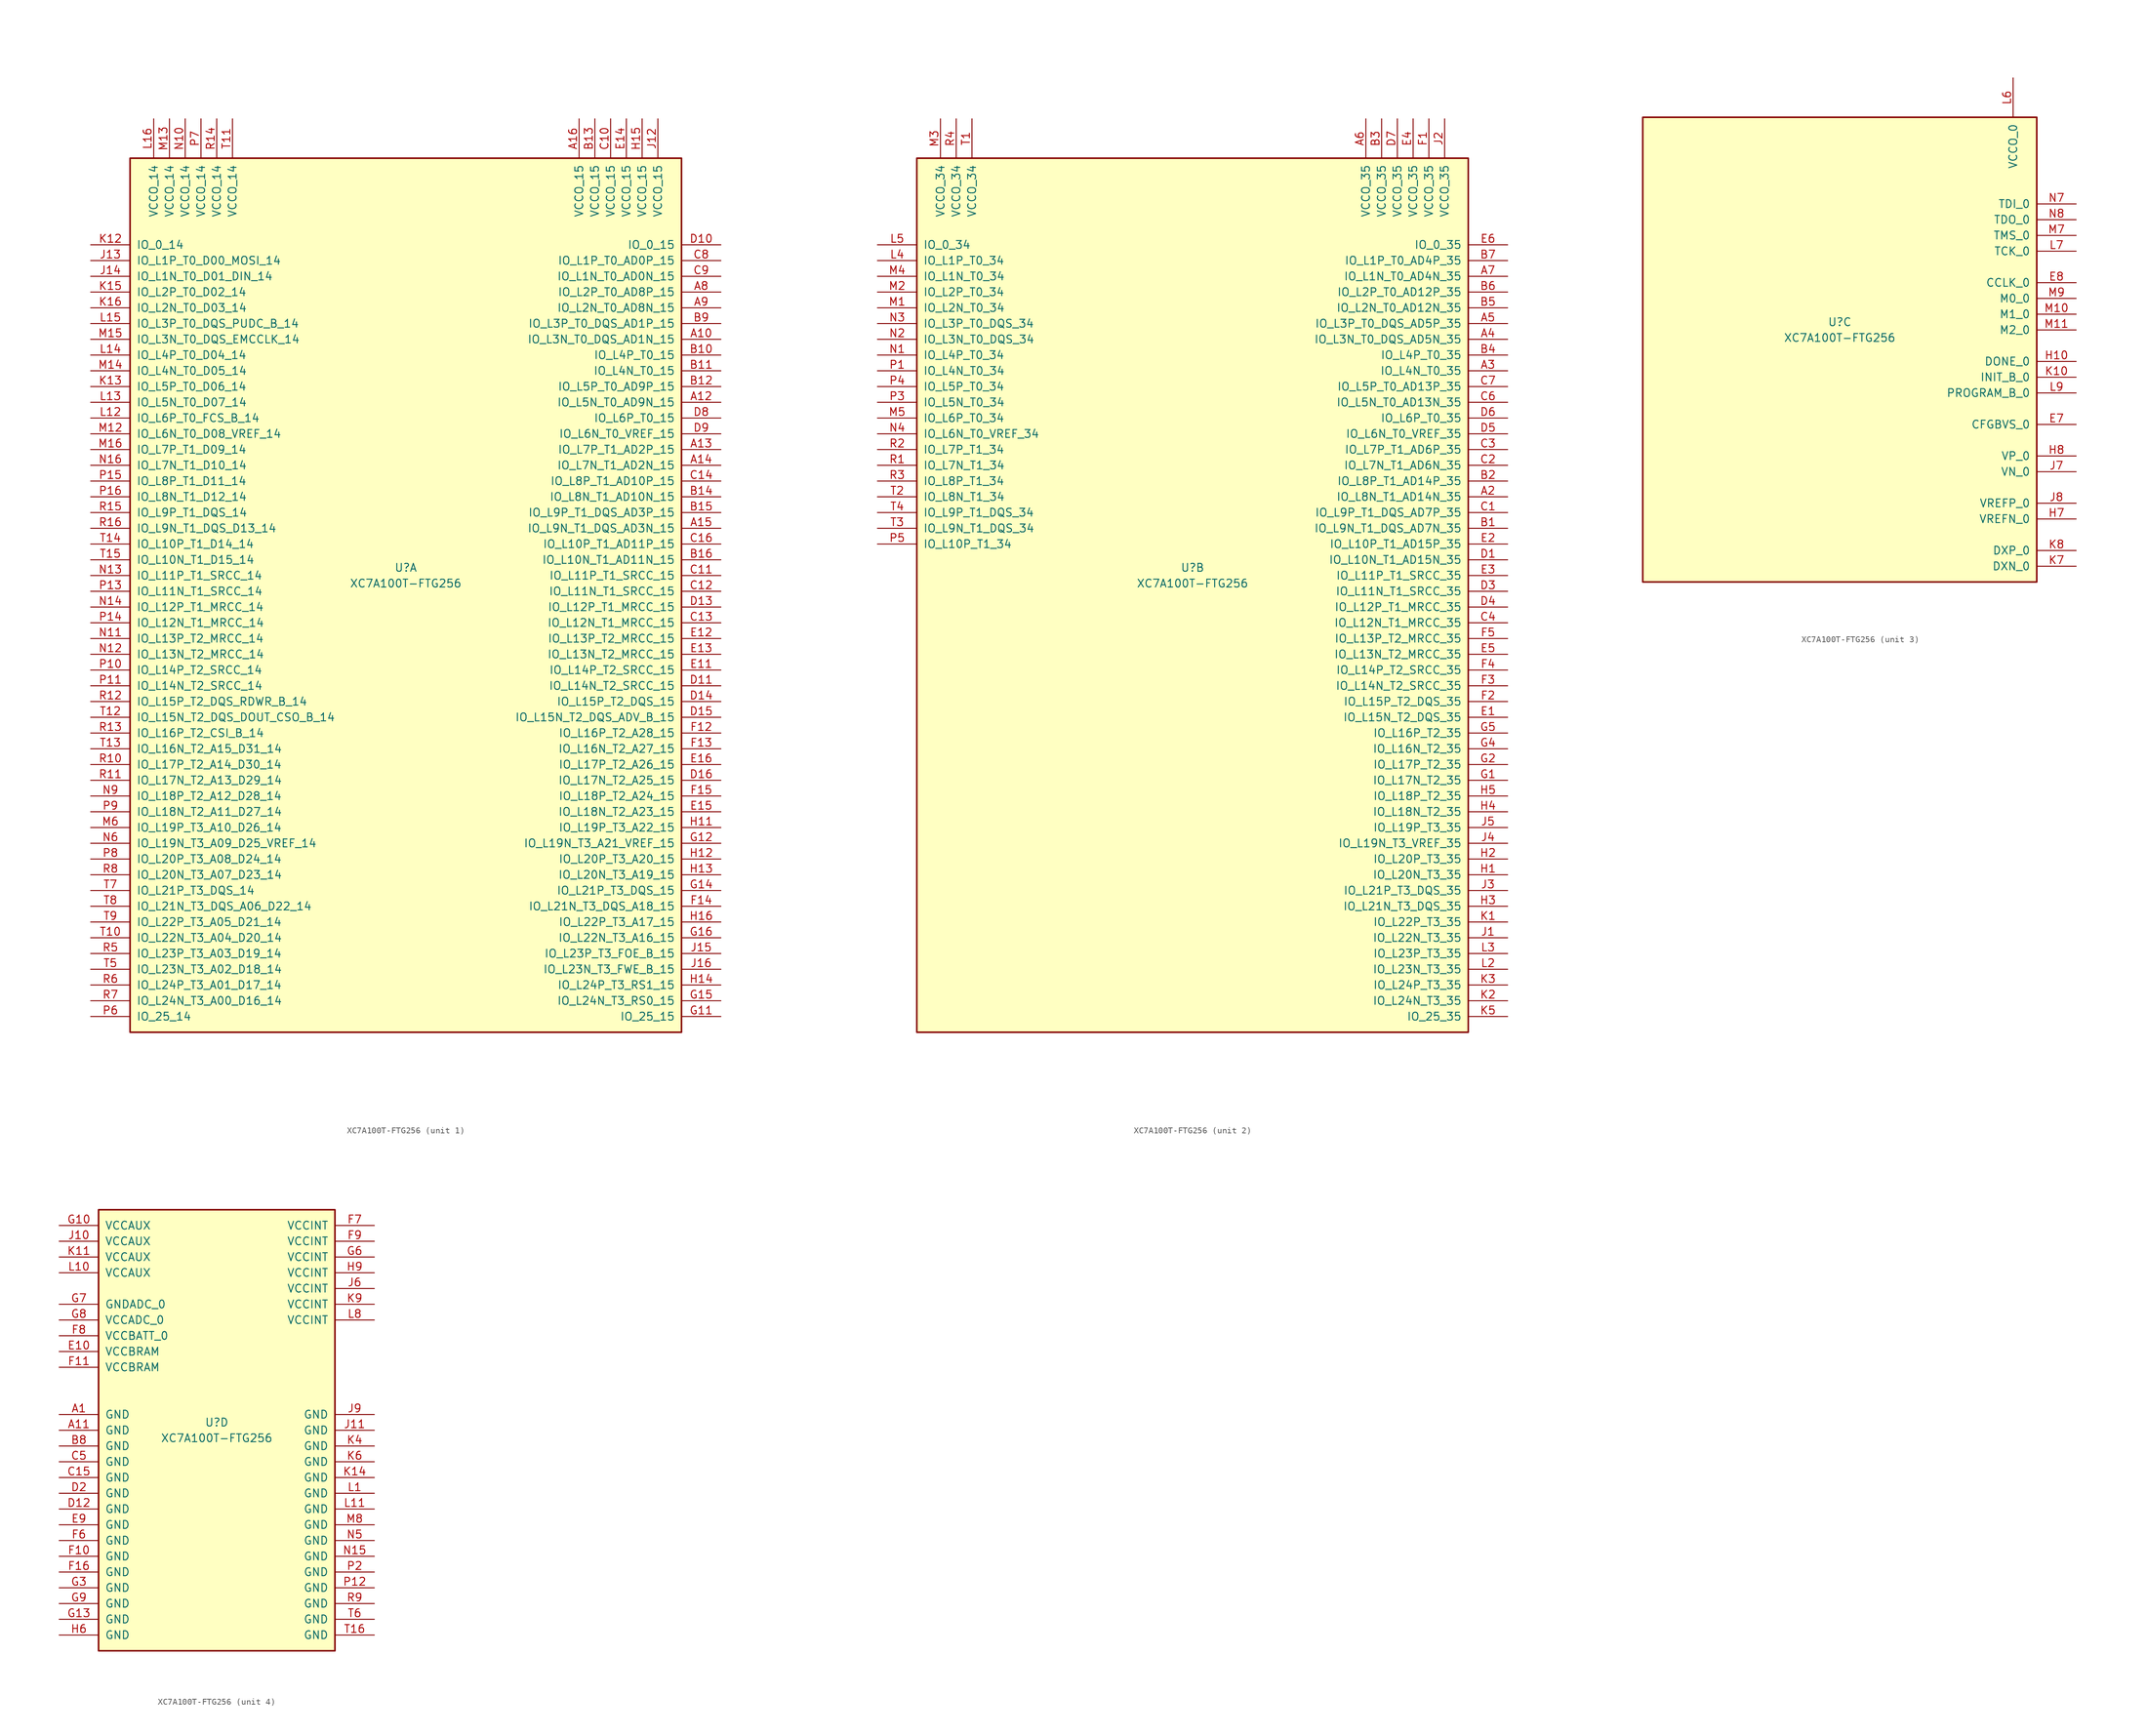
<source format=kicad_sym>
(kicad_symbol_lib
  (version 20201005)
  (generator kicad_symbol_editor)
  (symbol "XC7A100T-FTG256"
    (pin_names
      (offset 1.016))
    (property "Reference" "U"
      (at 0 1.27 0)
      (effects (font (size 1.27 1.27))))
    (property "Value" "XC7A100T-FTG256"
      (at 0 -1.27 0)
      (effects (font (size 1.27 1.27))))
    (property "Datasheet" ""
      (at 0 0 0)
      (effects (font (size 1.27 1.27))))
    (property "ki_locked" ""
      (at 0 0 0)
      (effects (font (size 1.27 1.27))))
    (symbol "XC7A100T-FTG256_1_1"
      (rectangle (start -44.45 67.31) (end 44.45 -73.66) (stroke (width 0.254)) (fill (type background)))
      (pin bidirectional line (at 50.8 38.1 180) (length 6.35) (name "IO_L3N_T0_DQS_AD1N_15" (effects (font (size 1.27 1.27)))) (number "A10" (effects (font (size 1.27 1.27)))))
      (pin bidirectional line (at 50.8 27.94 180) (length 6.35) (name "IO_L5N_T0_AD9N_15" (effects (font (size 1.27 1.27)))) (number "A12" (effects (font (size 1.27 1.27)))))
      (pin bidirectional line (at 50.8 20.32 180) (length 6.35) (name "IO_L7P_T1_AD2P_15" (effects (font (size 1.27 1.27)))) (number "A13" (effects (font (size 1.27 1.27)))))
      (pin bidirectional line (at 50.8 17.78 180) (length 6.35) (name "IO_L7N_T1_AD2N_15" (effects (font (size 1.27 1.27)))) (number "A14" (effects (font (size 1.27 1.27)))))
      (pin bidirectional line (at 50.8 7.62 180) (length 6.35) (name "IO_L9N_T1_DQS_AD3N_15" (effects (font (size 1.27 1.27)))) (number "A15" (effects (font (size 1.27 1.27)))))
      (pin power_in line (at 27.94 73.66 270) (length 6.35) (name "VCCO_15" (effects (font (size 1.27 1.27)))) (number "A16" (effects (font (size 1.27 1.27)))))
      (pin bidirectional line (at 50.8 45.72 180) (length 6.35) (name "IO_L2P_T0_AD8P_15" (effects (font (size 1.27 1.27)))) (number "A8" (effects (font (size 1.27 1.27)))))
      (pin bidirectional line (at 50.8 43.18 180) (length 6.35) (name "IO_L2N_T0_AD8N_15" (effects (font (size 1.27 1.27)))) (number "A9" (effects (font (size 1.27 1.27)))))
      (pin bidirectional line (at 50.8 35.56 180) (length 6.35) (name "IO_L4P_T0_15" (effects (font (size 1.27 1.27)))) (number "B10" (effects (font (size 1.27 1.27)))))
      (pin bidirectional line (at 50.8 33.02 180) (length 6.35) (name "IO_L4N_T0_15" (effects (font (size 1.27 1.27)))) (number "B11" (effects (font (size 1.27 1.27)))))
      (pin bidirectional line (at 50.8 30.48 180) (length 6.35) (name "IO_L5P_T0_AD9P_15" (effects (font (size 1.27 1.27)))) (number "B12" (effects (font (size 1.27 1.27)))))
      (pin power_in line (at 30.48 73.66 270) (length 6.35) (name "VCCO_15" (effects (font (size 1.27 1.27)))) (number "B13" (effects (font (size 1.27 1.27)))))
      (pin bidirectional line (at 50.8 12.7 180) (length 6.35) (name "IO_L8N_T1_AD10N_15" (effects (font (size 1.27 1.27)))) (number "B14" (effects (font (size 1.27 1.27)))))
      (pin bidirectional line (at 50.8 10.16 180) (length 6.35) (name "IO_L9P_T1_DQS_AD3P_15" (effects (font (size 1.27 1.27)))) (number "B15" (effects (font (size 1.27 1.27)))))
      (pin bidirectional line (at 50.8 2.54 180) (length 6.35) (name "IO_L10N_T1_AD11N_15" (effects (font (size 1.27 1.27)))) (number "B16" (effects (font (size 1.27 1.27)))))
      (pin bidirectional line (at 50.8 40.64 180) (length 6.35) (name "IO_L3P_T0_DQS_AD1P_15" (effects (font (size 1.27 1.27)))) (number "B9" (effects (font (size 1.27 1.27)))))
      (pin power_in line (at 33.02 73.66 270) (length 6.35) (name "VCCO_15" (effects (font (size 1.27 1.27)))) (number "C10" (effects (font (size 1.27 1.27)))))
      (pin bidirectional line (at 50.8 0 180) (length 6.35) (name "IO_L11P_T1_SRCC_15" (effects (font (size 1.27 1.27)))) (number "C11" (effects (font (size 1.27 1.27)))))
      (pin bidirectional line (at 50.8 -2.54 180) (length 6.35) (name "IO_L11N_T1_SRCC_15" (effects (font (size 1.27 1.27)))) (number "C12" (effects (font (size 1.27 1.27)))))
      (pin bidirectional line (at 50.8 -7.62 180) (length 6.35) (name "IO_L12N_T1_MRCC_15" (effects (font (size 1.27 1.27)))) (number "C13" (effects (font (size 1.27 1.27)))))
      (pin bidirectional line (at 50.8 15.24 180) (length 6.35) (name "IO_L8P_T1_AD10P_15" (effects (font (size 1.27 1.27)))) (number "C14" (effects (font (size 1.27 1.27)))))
      (pin bidirectional line (at 50.8 5.08 180) (length 6.35) (name "IO_L10P_T1_AD11P_15" (effects (font (size 1.27 1.27)))) (number "C16" (effects (font (size 1.27 1.27)))))
      (pin bidirectional line (at 50.8 50.8 180) (length 6.35) (name "IO_L1P_T0_AD0P_15" (effects (font (size 1.27 1.27)))) (number "C8" (effects (font (size 1.27 1.27)))))
      (pin bidirectional line (at 50.8 48.26 180) (length 6.35) (name "IO_L1N_T0_AD0N_15" (effects (font (size 1.27 1.27)))) (number "C9" (effects (font (size 1.27 1.27)))))
      (pin bidirectional line (at 50.8 53.34 180) (length 6.35) (name "IO_0_15" (effects (font (size 1.27 1.27)))) (number "D10" (effects (font (size 1.27 1.27)))))
      (pin bidirectional line (at 50.8 -17.78 180) (length 6.35) (name "IO_L14N_T2_SRCC_15" (effects (font (size 1.27 1.27)))) (number "D11" (effects (font (size 1.27 1.27)))))
      (pin bidirectional line (at 50.8 -5.08 180) (length 6.35) (name "IO_L12P_T1_MRCC_15" (effects (font (size 1.27 1.27)))) (number "D13" (effects (font (size 1.27 1.27)))))
      (pin bidirectional line (at 50.8 -20.32 180) (length 6.35) (name "IO_L15P_T2_DQS_15" (effects (font (size 1.27 1.27)))) (number "D14" (effects (font (size 1.27 1.27)))))
      (pin bidirectional line (at 50.8 -22.86 180) (length 6.35) (name "IO_L15N_T2_DQS_ADV_B_15" (effects (font (size 1.27 1.27)))) (number "D15" (effects (font (size 1.27 1.27)))))
      (pin bidirectional line (at 50.8 -33.02 180) (length 6.35) (name "IO_L17N_T2_A25_15" (effects (font (size 1.27 1.27)))) (number "D16" (effects (font (size 1.27 1.27)))))
      (pin bidirectional line (at 50.8 25.4 180) (length 6.35) (name "IO_L6P_T0_15" (effects (font (size 1.27 1.27)))) (number "D8" (effects (font (size 1.27 1.27)))))
      (pin bidirectional line (at 50.8 22.86 180) (length 6.35) (name "IO_L6N_T0_VREF_15" (effects (font (size 1.27 1.27)))) (number "D9" (effects (font (size 1.27 1.27)))))
      (pin bidirectional line (at 50.8 -15.24 180) (length 6.35) (name "IO_L14P_T2_SRCC_15" (effects (font (size 1.27 1.27)))) (number "E11" (effects (font (size 1.27 1.27)))))
      (pin bidirectional line (at 50.8 -10.16 180) (length 6.35) (name "IO_L13P_T2_MRCC_15" (effects (font (size 1.27 1.27)))) (number "E12" (effects (font (size 1.27 1.27)))))
      (pin bidirectional line (at 50.8 -12.7 180) (length 6.35) (name "IO_L13N_T2_MRCC_15" (effects (font (size 1.27 1.27)))) (number "E13" (effects (font (size 1.27 1.27)))))
      (pin power_in line (at 35.56 73.66 270) (length 6.35) (name "VCCO_15" (effects (font (size 1.27 1.27)))) (number "E14" (effects (font (size 1.27 1.27)))))
      (pin bidirectional line (at 50.8 -38.1 180) (length 6.35) (name "IO_L18N_T2_A23_15" (effects (font (size 1.27 1.27)))) (number "E15" (effects (font (size 1.27 1.27)))))
      (pin bidirectional line (at 50.8 -30.48 180) (length 6.35) (name "IO_L17P_T2_A26_15" (effects (font (size 1.27 1.27)))) (number "E16" (effects (font (size 1.27 1.27)))))
      (pin bidirectional line (at 50.8 -25.4 180) (length 6.35) (name "IO_L16P_T2_A28_15" (effects (font (size 1.27 1.27)))) (number "F12" (effects (font (size 1.27 1.27)))))
      (pin bidirectional line (at 50.8 -27.94 180) (length 6.35) (name "IO_L16N_T2_A27_15" (effects (font (size 1.27 1.27)))) (number "F13" (effects (font (size 1.27 1.27)))))
      (pin bidirectional line (at 50.8 -53.34 180) (length 6.35) (name "IO_L21N_T3_DQS_A18_15" (effects (font (size 1.27 1.27)))) (number "F14" (effects (font (size 1.27 1.27)))))
      (pin bidirectional line (at 50.8 -35.56 180) (length 6.35) (name "IO_L18P_T2_A24_15" (effects (font (size 1.27 1.27)))) (number "F15" (effects (font (size 1.27 1.27)))))
      (pin bidirectional line (at 50.8 -71.12 180) (length 6.35) (name "IO_25_15" (effects (font (size 1.27 1.27)))) (number "G11" (effects (font (size 1.27 1.27)))))
      (pin bidirectional line (at 50.8 -43.18 180) (length 6.35) (name "IO_L19N_T3_A21_VREF_15" (effects (font (size 1.27 1.27)))) (number "G12" (effects (font (size 1.27 1.27)))))
      (pin bidirectional line (at 50.8 -50.8 180) (length 6.35) (name "IO_L21P_T3_DQS_15" (effects (font (size 1.27 1.27)))) (number "G14" (effects (font (size 1.27 1.27)))))
      (pin bidirectional line (at 50.8 -68.58 180) (length 6.35) (name "IO_L24N_T3_RS0_15" (effects (font (size 1.27 1.27)))) (number "G15" (effects (font (size 1.27 1.27)))))
      (pin bidirectional line (at 50.8 -58.42 180) (length 6.35) (name "IO_L22N_T3_A16_15" (effects (font (size 1.27 1.27)))) (number "G16" (effects (font (size 1.27 1.27)))))
      (pin bidirectional line (at 50.8 -40.64 180) (length 6.35) (name "IO_L19P_T3_A22_15" (effects (font (size 1.27 1.27)))) (number "H11" (effects (font (size 1.27 1.27)))))
      (pin bidirectional line (at 50.8 -45.72 180) (length 6.35) (name "IO_L20P_T3_A20_15" (effects (font (size 1.27 1.27)))) (number "H12" (effects (font (size 1.27 1.27)))))
      (pin bidirectional line (at 50.8 -48.26 180) (length 6.35) (name "IO_L20N_T3_A19_15" (effects (font (size 1.27 1.27)))) (number "H13" (effects (font (size 1.27 1.27)))))
      (pin bidirectional line (at 50.8 -66.04 180) (length 6.35) (name "IO_L24P_T3_RS1_15" (effects (font (size 1.27 1.27)))) (number "H14" (effects (font (size 1.27 1.27)))))
      (pin power_in line (at 38.1 73.66 270) (length 6.35) (name "VCCO_15" (effects (font (size 1.27 1.27)))) (number "H15" (effects (font (size 1.27 1.27)))))
      (pin bidirectional line (at 50.8 -55.88 180) (length 6.35) (name "IO_L22P_T3_A17_15" (effects (font (size 1.27 1.27)))) (number "H16" (effects (font (size 1.27 1.27)))))
      (pin power_in line (at 40.64 73.66 270) (length 6.35) (name "VCCO_15" (effects (font (size 1.27 1.27)))) (number "J12" (effects (font (size 1.27 1.27)))))
      (pin bidirectional line (at -50.8 50.8 0) (length 6.35) (name "IO_L1P_T0_D00_MOSI_14" (effects (font (size 1.27 1.27)))) (number "J13" (effects (font (size 1.27 1.27)))))
      (pin bidirectional line (at -50.8 48.26 0) (length 6.35) (name "IO_L1N_T0_D01_DIN_14" (effects (font (size 1.27 1.27)))) (number "J14" (effects (font (size 1.27 1.27)))))
      (pin bidirectional line (at 50.8 -60.96 180) (length 6.35) (name "IO_L23P_T3_FOE_B_15" (effects (font (size 1.27 1.27)))) (number "J15" (effects (font (size 1.27 1.27)))))
      (pin bidirectional line (at 50.8 -63.5 180) (length 6.35) (name "IO_L23N_T3_FWE_B_15" (effects (font (size 1.27 1.27)))) (number "J16" (effects (font (size 1.27 1.27)))))
      (pin bidirectional line (at -50.8 53.34 0) (length 6.35) (name "IO_0_14" (effects (font (size 1.27 1.27)))) (number "K12" (effects (font (size 1.27 1.27)))))
      (pin bidirectional line (at -50.8 30.48 0) (length 6.35) (name "IO_L5P_T0_D06_14" (effects (font (size 1.27 1.27)))) (number "K13" (effects (font (size 1.27 1.27)))))
      (pin bidirectional line (at -50.8 45.72 0) (length 6.35) (name "IO_L2P_T0_D02_14" (effects (font (size 1.27 1.27)))) (number "K15" (effects (font (size 1.27 1.27)))))
      (pin bidirectional line (at -50.8 43.18 0) (length 6.35) (name "IO_L2N_T0_D03_14" (effects (font (size 1.27 1.27)))) (number "K16" (effects (font (size 1.27 1.27)))))
      (pin bidirectional line (at -50.8 25.4 0) (length 6.35) (name "IO_L6P_T0_FCS_B_14" (effects (font (size 1.27 1.27)))) (number "L12" (effects (font (size 1.27 1.27)))))
      (pin bidirectional line (at -50.8 27.94 0) (length 6.35) (name "IO_L5N_T0_D07_14" (effects (font (size 1.27 1.27)))) (number "L13" (effects (font (size 1.27 1.27)))))
      (pin bidirectional line (at -50.8 35.56 0) (length 6.35) (name "IO_L4P_T0_D04_14" (effects (font (size 1.27 1.27)))) (number "L14" (effects (font (size 1.27 1.27)))))
      (pin bidirectional line (at -50.8 40.64 0) (length 6.35) (name "IO_L3P_T0_DQS_PUDC_B_14" (effects (font (size 1.27 1.27)))) (number "L15" (effects (font (size 1.27 1.27)))))
      (pin power_in line (at -40.64 73.66 270) (length 6.35) (name "VCCO_14" (effects (font (size 1.27 1.27)))) (number "L16" (effects (font (size 1.27 1.27)))))
      (pin bidirectional line (at -50.8 22.86 0) (length 6.35) (name "IO_L6N_T0_D08_VREF_14" (effects (font (size 1.27 1.27)))) (number "M12" (effects (font (size 1.27 1.27)))))
      (pin power_in line (at -38.1 73.66 270) (length 6.35) (name "VCCO_14" (effects (font (size 1.27 1.27)))) (number "M13" (effects (font (size 1.27 1.27)))))
      (pin bidirectional line (at -50.8 33.02 0) (length 6.35) (name "IO_L4N_T0_D05_14" (effects (font (size 1.27 1.27)))) (number "M14" (effects (font (size 1.27 1.27)))))
      (pin bidirectional line (at -50.8 38.1 0) (length 6.35) (name "IO_L3N_T0_DQS_EMCCLK_14" (effects (font (size 1.27 1.27)))) (number "M15" (effects (font (size 1.27 1.27)))))
      (pin bidirectional line (at -50.8 20.32 0) (length 6.35) (name "IO_L7P_T1_D09_14" (effects (font (size 1.27 1.27)))) (number "M16" (effects (font (size 1.27 1.27)))))
      (pin bidirectional line (at -50.8 -40.64 0) (length 6.35) (name "IO_L19P_T3_A10_D26_14" (effects (font (size 1.27 1.27)))) (number "M6" (effects (font (size 1.27 1.27)))))
      (pin power_in line (at -35.56 73.66 270) (length 6.35) (name "VCCO_14" (effects (font (size 1.27 1.27)))) (number "N10" (effects (font (size 1.27 1.27)))))
      (pin bidirectional line (at -50.8 -10.16 0) (length 6.35) (name "IO_L13P_T2_MRCC_14" (effects (font (size 1.27 1.27)))) (number "N11" (effects (font (size 1.27 1.27)))))
      (pin bidirectional line (at -50.8 -12.7 0) (length 6.35) (name "IO_L13N_T2_MRCC_14" (effects (font (size 1.27 1.27)))) (number "N12" (effects (font (size 1.27 1.27)))))
      (pin bidirectional line (at -50.8 0 0) (length 6.35) (name "IO_L11P_T1_SRCC_14" (effects (font (size 1.27 1.27)))) (number "N13" (effects (font (size 1.27 1.27)))))
      (pin bidirectional line (at -50.8 -5.08 0) (length 6.35) (name "IO_L12P_T1_MRCC_14" (effects (font (size 1.27 1.27)))) (number "N14" (effects (font (size 1.27 1.27)))))
      (pin bidirectional line (at -50.8 17.78 0) (length 6.35) (name "IO_L7N_T1_D10_14" (effects (font (size 1.27 1.27)))) (number "N16" (effects (font (size 1.27 1.27)))))
      (pin bidirectional line (at -50.8 -43.18 0) (length 6.35) (name "IO_L19N_T3_A09_D25_VREF_14" (effects (font (size 1.27 1.27)))) (number "N6" (effects (font (size 1.27 1.27)))))
      (pin bidirectional line (at -50.8 -35.56 0) (length 6.35) (name "IO_L18P_T2_A12_D28_14" (effects (font (size 1.27 1.27)))) (number "N9" (effects (font (size 1.27 1.27)))))
      (pin bidirectional line (at -50.8 -15.24 0) (length 6.35) (name "IO_L14P_T2_SRCC_14" (effects (font (size 1.27 1.27)))) (number "P10" (effects (font (size 1.27 1.27)))))
      (pin bidirectional line (at -50.8 -17.78 0) (length 6.35) (name "IO_L14N_T2_SRCC_14" (effects (font (size 1.27 1.27)))) (number "P11" (effects (font (size 1.27 1.27)))))
      (pin bidirectional line (at -50.8 -2.54 0) (length 6.35) (name "IO_L11N_T1_SRCC_14" (effects (font (size 1.27 1.27)))) (number "P13" (effects (font (size 1.27 1.27)))))
      (pin bidirectional line (at -50.8 -7.62 0) (length 6.35) (name "IO_L12N_T1_MRCC_14" (effects (font (size 1.27 1.27)))) (number "P14" (effects (font (size 1.27 1.27)))))
      (pin bidirectional line (at -50.8 15.24 0) (length 6.35) (name "IO_L8P_T1_D11_14" (effects (font (size 1.27 1.27)))) (number "P15" (effects (font (size 1.27 1.27)))))
      (pin bidirectional line (at -50.8 12.7 0) (length 6.35) (name "IO_L8N_T1_D12_14" (effects (font (size 1.27 1.27)))) (number "P16" (effects (font (size 1.27 1.27)))))
      (pin bidirectional line (at -50.8 -71.12 0) (length 6.35) (name "IO_25_14" (effects (font (size 1.27 1.27)))) (number "P6" (effects (font (size 1.27 1.27)))))
      (pin power_in line (at -33.02 73.66 270) (length 6.35) (name "VCCO_14" (effects (font (size 1.27 1.27)))) (number "P7" (effects (font (size 1.27 1.27)))))
      (pin bidirectional line (at -50.8 -45.72 0) (length 6.35) (name "IO_L20P_T3_A08_D24_14" (effects (font (size 1.27 1.27)))) (number "P8" (effects (font (size 1.27 1.27)))))
      (pin bidirectional line (at -50.8 -38.1 0) (length 6.35) (name "IO_L18N_T2_A11_D27_14" (effects (font (size 1.27 1.27)))) (number "P9" (effects (font (size 1.27 1.27)))))
      (pin bidirectional line (at -50.8 -30.48 0) (length 6.35) (name "IO_L17P_T2_A14_D30_14" (effects (font (size 1.27 1.27)))) (number "R10" (effects (font (size 1.27 1.27)))))
      (pin bidirectional line (at -50.8 -33.02 0) (length 6.35) (name "IO_L17N_T2_A13_D29_14" (effects (font (size 1.27 1.27)))) (number "R11" (effects (font (size 1.27 1.27)))))
      (pin bidirectional line (at -50.8 -20.32 0) (length 6.35) (name "IO_L15P_T2_DQS_RDWR_B_14" (effects (font (size 1.27 1.27)))) (number "R12" (effects (font (size 1.27 1.27)))))
      (pin bidirectional line (at -50.8 -25.4 0) (length 6.35) (name "IO_L16P_T2_CSI_B_14" (effects (font (size 1.27 1.27)))) (number "R13" (effects (font (size 1.27 1.27)))))
      (pin power_in line (at -30.48 73.66 270) (length 6.35) (name "VCCO_14" (effects (font (size 1.27 1.27)))) (number "R14" (effects (font (size 1.27 1.27)))))
      (pin bidirectional line (at -50.8 10.16 0) (length 6.35) (name "IO_L9P_T1_DQS_14" (effects (font (size 1.27 1.27)))) (number "R15" (effects (font (size 1.27 1.27)))))
      (pin bidirectional line (at -50.8 7.62 0) (length 6.35) (name "IO_L9N_T1_DQS_D13_14" (effects (font (size 1.27 1.27)))) (number "R16" (effects (font (size 1.27 1.27)))))
      (pin bidirectional line (at -50.8 -60.96 0) (length 6.35) (name "IO_L23P_T3_A03_D19_14" (effects (font (size 1.27 1.27)))) (number "R5" (effects (font (size 1.27 1.27)))))
      (pin bidirectional line (at -50.8 -66.04 0) (length 6.35) (name "IO_L24P_T3_A01_D17_14" (effects (font (size 1.27 1.27)))) (number "R6" (effects (font (size 1.27 1.27)))))
      (pin bidirectional line (at -50.8 -68.58 0) (length 6.35) (name "IO_L24N_T3_A00_D16_14" (effects (font (size 1.27 1.27)))) (number "R7" (effects (font (size 1.27 1.27)))))
      (pin bidirectional line (at -50.8 -48.26 0) (length 6.35) (name "IO_L20N_T3_A07_D23_14" (effects (font (size 1.27 1.27)))) (number "R8" (effects (font (size 1.27 1.27)))))
      (pin bidirectional line (at -50.8 -58.42 0) (length 6.35) (name "IO_L22N_T3_A04_D20_14" (effects (font (size 1.27 1.27)))) (number "T10" (effects (font (size 1.27 1.27)))))
      (pin power_in line (at -27.94 73.66 270) (length 6.35) (name "VCCO_14" (effects (font (size 1.27 1.27)))) (number "T11" (effects (font (size 1.27 1.27)))))
      (pin bidirectional line (at -50.8 -22.86 0) (length 6.35) (name "IO_L15N_T2_DQS_DOUT_CSO_B_14" (effects (font (size 1.27 1.27)))) (number "T12" (effects (font (size 1.27 1.27)))))
      (pin bidirectional line (at -50.8 -27.94 0) (length 6.35) (name "IO_L16N_T2_A15_D31_14" (effects (font (size 1.27 1.27)))) (number "T13" (effects (font (size 1.27 1.27)))))
      (pin bidirectional line (at -50.8 5.08 0) (length 6.35) (name "IO_L10P_T1_D14_14" (effects (font (size 1.27 1.27)))) (number "T14" (effects (font (size 1.27 1.27)))))
      (pin bidirectional line (at -50.8 2.54 0) (length 6.35) (name "IO_L10N_T1_D15_14" (effects (font (size 1.27 1.27)))) (number "T15" (effects (font (size 1.27 1.27)))))
      (pin bidirectional line (at -50.8 -63.5 0) (length 6.35) (name "IO_L23N_T3_A02_D18_14" (effects (font (size 1.27 1.27)))) (number "T5" (effects (font (size 1.27 1.27)))))
      (pin bidirectional line (at -50.8 -50.8 0) (length 6.35) (name "IO_L21P_T3_DQS_14" (effects (font (size 1.27 1.27)))) (number "T7" (effects (font (size 1.27 1.27)))))
      (pin bidirectional line (at -50.8 -53.34 0) (length 6.35) (name "IO_L21N_T3_DQS_A06_D22_14" (effects (font (size 1.27 1.27)))) (number "T8" (effects (font (size 1.27 1.27)))))
      (pin bidirectional line (at -50.8 -55.88 0) (length 6.35) (name "IO_L22P_T3_A05_D21_14" (effects (font (size 1.27 1.27)))) (number "T9" (effects (font (size 1.27 1.27))))))
    (symbol "XC7A100T-FTG256_2_1"
      (rectangle (start -44.45 67.31) (end 44.45 -73.66) (stroke (width 0.254)) (fill (type background)))
      (pin bidirectional line (at 50.8 12.7 180) (length 6.35) (name "IO_L8N_T1_AD14N_35" (effects (font (size 1.27 1.27)))) (number "A2" (effects (font (size 1.27 1.27)))))
      (pin bidirectional line (at 50.8 33.02 180) (length 6.35) (name "IO_L4N_T0_35" (effects (font (size 1.27 1.27)))) (number "A3" (effects (font (size 1.27 1.27)))))
      (pin bidirectional line (at 50.8 38.1 180) (length 6.35) (name "IO_L3N_T0_DQS_AD5N_35" (effects (font (size 1.27 1.27)))) (number "A4" (effects (font (size 1.27 1.27)))))
      (pin bidirectional line (at 50.8 40.64 180) (length 6.35) (name "IO_L3P_T0_DQS_AD5P_35" (effects (font (size 1.27 1.27)))) (number "A5" (effects (font (size 1.27 1.27)))))
      (pin power_in line (at 27.94 73.66 270) (length 6.35) (name "VCCO_35" (effects (font (size 1.27 1.27)))) (number "A6" (effects (font (size 1.27 1.27)))))
      (pin bidirectional line (at 50.8 48.26 180) (length 6.35) (name "IO_L1N_T0_AD4N_35" (effects (font (size 1.27 1.27)))) (number "A7" (effects (font (size 1.27 1.27)))))
      (pin bidirectional line (at 50.8 7.62 180) (length 6.35) (name "IO_L9N_T1_DQS_AD7N_35" (effects (font (size 1.27 1.27)))) (number "B1" (effects (font (size 1.27 1.27)))))
      (pin bidirectional line (at 50.8 15.24 180) (length 6.35) (name "IO_L8P_T1_AD14P_35" (effects (font (size 1.27 1.27)))) (number "B2" (effects (font (size 1.27 1.27)))))
      (pin power_in line (at 30.48 73.66 270) (length 6.35) (name "VCCO_35" (effects (font (size 1.27 1.27)))) (number "B3" (effects (font (size 1.27 1.27)))))
      (pin bidirectional line (at 50.8 35.56 180) (length 6.35) (name "IO_L4P_T0_35" (effects (font (size 1.27 1.27)))) (number "B4" (effects (font (size 1.27 1.27)))))
      (pin bidirectional line (at 50.8 43.18 180) (length 6.35) (name "IO_L2N_T0_AD12N_35" (effects (font (size 1.27 1.27)))) (number "B5" (effects (font (size 1.27 1.27)))))
      (pin bidirectional line (at 50.8 45.72 180) (length 6.35) (name "IO_L2P_T0_AD12P_35" (effects (font (size 1.27 1.27)))) (number "B6" (effects (font (size 1.27 1.27)))))
      (pin bidirectional line (at 50.8 50.8 180) (length 6.35) (name "IO_L1P_T0_AD4P_35" (effects (font (size 1.27 1.27)))) (number "B7" (effects (font (size 1.27 1.27)))))
      (pin bidirectional line (at 50.8 10.16 180) (length 6.35) (name "IO_L9P_T1_DQS_AD7P_35" (effects (font (size 1.27 1.27)))) (number "C1" (effects (font (size 1.27 1.27)))))
      (pin bidirectional line (at 50.8 17.78 180) (length 6.35) (name "IO_L7N_T1_AD6N_35" (effects (font (size 1.27 1.27)))) (number "C2" (effects (font (size 1.27 1.27)))))
      (pin bidirectional line (at 50.8 20.32 180) (length 6.35) (name "IO_L7P_T1_AD6P_35" (effects (font (size 1.27 1.27)))) (number "C3" (effects (font (size 1.27 1.27)))))
      (pin bidirectional line (at 50.8 -7.62 180) (length 6.35) (name "IO_L12N_T1_MRCC_35" (effects (font (size 1.27 1.27)))) (number "C4" (effects (font (size 1.27 1.27)))))
      (pin bidirectional line (at 50.8 27.94 180) (length 6.35) (name "IO_L5N_T0_AD13N_35" (effects (font (size 1.27 1.27)))) (number "C6" (effects (font (size 1.27 1.27)))))
      (pin bidirectional line (at 50.8 30.48 180) (length 6.35) (name "IO_L5P_T0_AD13P_35" (effects (font (size 1.27 1.27)))) (number "C7" (effects (font (size 1.27 1.27)))))
      (pin bidirectional line (at 50.8 2.54 180) (length 6.35) (name "IO_L10N_T1_AD15N_35" (effects (font (size 1.27 1.27)))) (number "D1" (effects (font (size 1.27 1.27)))))
      (pin bidirectional line (at 50.8 -2.54 180) (length 6.35) (name "IO_L11N_T1_SRCC_35" (effects (font (size 1.27 1.27)))) (number "D3" (effects (font (size 1.27 1.27)))))
      (pin bidirectional line (at 50.8 -5.08 180) (length 6.35) (name "IO_L12P_T1_MRCC_35" (effects (font (size 1.27 1.27)))) (number "D4" (effects (font (size 1.27 1.27)))))
      (pin bidirectional line (at 50.8 22.86 180) (length 6.35) (name "IO_L6N_T0_VREF_35" (effects (font (size 1.27 1.27)))) (number "D5" (effects (font (size 1.27 1.27)))))
      (pin bidirectional line (at 50.8 25.4 180) (length 6.35) (name "IO_L6P_T0_35" (effects (font (size 1.27 1.27)))) (number "D6" (effects (font (size 1.27 1.27)))))
      (pin power_in line (at 33.02 73.66 270) (length 6.35) (name "VCCO_35" (effects (font (size 1.27 1.27)))) (number "D7" (effects (font (size 1.27 1.27)))))
      (pin bidirectional line (at 50.8 -22.86 180) (length 6.35) (name "IO_L15N_T2_DQS_35" (effects (font (size 1.27 1.27)))) (number "E1" (effects (font (size 1.27 1.27)))))
      (pin bidirectional line (at 50.8 5.08 180) (length 6.35) (name "IO_L10P_T1_AD15P_35" (effects (font (size 1.27 1.27)))) (number "E2" (effects (font (size 1.27 1.27)))))
      (pin bidirectional line (at 50.8 0 180) (length 6.35) (name "IO_L11P_T1_SRCC_35" (effects (font (size 1.27 1.27)))) (number "E3" (effects (font (size 1.27 1.27)))))
      (pin power_in line (at 35.56 73.66 270) (length 6.35) (name "VCCO_35" (effects (font (size 1.27 1.27)))) (number "E4" (effects (font (size 1.27 1.27)))))
      (pin bidirectional line (at 50.8 -12.7 180) (length 6.35) (name "IO_L13N_T2_MRCC_35" (effects (font (size 1.27 1.27)))) (number "E5" (effects (font (size 1.27 1.27)))))
      (pin bidirectional line (at 50.8 53.34 180) (length 6.35) (name "IO_0_35" (effects (font (size 1.27 1.27)))) (number "E6" (effects (font (size 1.27 1.27)))))
      (pin power_in line (at 38.1 73.66 270) (length 6.35) (name "VCCO_35" (effects (font (size 1.27 1.27)))) (number "F1" (effects (font (size 1.27 1.27)))))
      (pin bidirectional line (at 50.8 -20.32 180) (length 6.35) (name "IO_L15P_T2_DQS_35" (effects (font (size 1.27 1.27)))) (number "F2" (effects (font (size 1.27 1.27)))))
      (pin bidirectional line (at 50.8 -17.78 180) (length 6.35) (name "IO_L14N_T2_SRCC_35" (effects (font (size 1.27 1.27)))) (number "F3" (effects (font (size 1.27 1.27)))))
      (pin bidirectional line (at 50.8 -15.24 180) (length 6.35) (name "IO_L14P_T2_SRCC_35" (effects (font (size 1.27 1.27)))) (number "F4" (effects (font (size 1.27 1.27)))))
      (pin bidirectional line (at 50.8 -10.16 180) (length 6.35) (name "IO_L13P_T2_MRCC_35" (effects (font (size 1.27 1.27)))) (number "F5" (effects (font (size 1.27 1.27)))))
      (pin bidirectional line (at 50.8 -33.02 180) (length 6.35) (name "IO_L17N_T2_35" (effects (font (size 1.27 1.27)))) (number "G1" (effects (font (size 1.27 1.27)))))
      (pin bidirectional line (at 50.8 -30.48 180) (length 6.35) (name "IO_L17P_T2_35" (effects (font (size 1.27 1.27)))) (number "G2" (effects (font (size 1.27 1.27)))))
      (pin bidirectional line (at 50.8 -27.94 180) (length 6.35) (name "IO_L16N_T2_35" (effects (font (size 1.27 1.27)))) (number "G4" (effects (font (size 1.27 1.27)))))
      (pin bidirectional line (at 50.8 -25.4 180) (length 6.35) (name "IO_L16P_T2_35" (effects (font (size 1.27 1.27)))) (number "G5" (effects (font (size 1.27 1.27)))))
      (pin bidirectional line (at 50.8 -48.26 180) (length 6.35) (name "IO_L20N_T3_35" (effects (font (size 1.27 1.27)))) (number "H1" (effects (font (size 1.27 1.27)))))
      (pin bidirectional line (at 50.8 -45.72 180) (length 6.35) (name "IO_L20P_T3_35" (effects (font (size 1.27 1.27)))) (number "H2" (effects (font (size 1.27 1.27)))))
      (pin bidirectional line (at 50.8 -53.34 180) (length 6.35) (name "IO_L21N_T3_DQS_35" (effects (font (size 1.27 1.27)))) (number "H3" (effects (font (size 1.27 1.27)))))
      (pin bidirectional line (at 50.8 -38.1 180) (length 6.35) (name "IO_L18N_T2_35" (effects (font (size 1.27 1.27)))) (number "H4" (effects (font (size 1.27 1.27)))))
      (pin bidirectional line (at 50.8 -35.56 180) (length 6.35) (name "IO_L18P_T2_35" (effects (font (size 1.27 1.27)))) (number "H5" (effects (font (size 1.27 1.27)))))
      (pin bidirectional line (at 50.8 -58.42 180) (length 6.35) (name "IO_L22N_T3_35" (effects (font (size 1.27 1.27)))) (number "J1" (effects (font (size 1.27 1.27)))))
      (pin power_in line (at 40.64 73.66 270) (length 6.35) (name "VCCO_35" (effects (font (size 1.27 1.27)))) (number "J2" (effects (font (size 1.27 1.27)))))
      (pin bidirectional line (at 50.8 -50.8 180) (length 6.35) (name "IO_L21P_T3_DQS_35" (effects (font (size 1.27 1.27)))) (number "J3" (effects (font (size 1.27 1.27)))))
      (pin bidirectional line (at 50.8 -43.18 180) (length 6.35) (name "IO_L19N_T3_VREF_35" (effects (font (size 1.27 1.27)))) (number "J4" (effects (font (size 1.27 1.27)))))
      (pin bidirectional line (at 50.8 -40.64 180) (length 6.35) (name "IO_L19P_T3_35" (effects (font (size 1.27 1.27)))) (number "J5" (effects (font (size 1.27 1.27)))))
      (pin bidirectional line (at 50.8 -55.88 180) (length 6.35) (name "IO_L22P_T3_35" (effects (font (size 1.27 1.27)))) (number "K1" (effects (font (size 1.27 1.27)))))
      (pin bidirectional line (at 50.8 -68.58 180) (length 6.35) (name "IO_L24N_T3_35" (effects (font (size 1.27 1.27)))) (number "K2" (effects (font (size 1.27 1.27)))))
      (pin bidirectional line (at 50.8 -66.04 180) (length 6.35) (name "IO_L24P_T3_35" (effects (font (size 1.27 1.27)))) (number "K3" (effects (font (size 1.27 1.27)))))
      (pin bidirectional line (at 50.8 -71.12 180) (length 6.35) (name "IO_25_35" (effects (font (size 1.27 1.27)))) (number "K5" (effects (font (size 1.27 1.27)))))
      (pin bidirectional line (at 50.8 -63.5 180) (length 6.35) (name "IO_L23N_T3_35" (effects (font (size 1.27 1.27)))) (number "L2" (effects (font (size 1.27 1.27)))))
      (pin bidirectional line (at 50.8 -60.96 180) (length 6.35) (name "IO_L23P_T3_35" (effects (font (size 1.27 1.27)))) (number "L3" (effects (font (size 1.27 1.27)))))
      (pin bidirectional line (at -50.8 50.8 0) (length 6.35) (name "IO_L1P_T0_34" (effects (font (size 1.27 1.27)))) (number "L4" (effects (font (size 1.27 1.27)))))
      (pin bidirectional line (at -50.8 53.34 0) (length 6.35) (name "IO_0_34" (effects (font (size 1.27 1.27)))) (number "L5" (effects (font (size 1.27 1.27)))))
      (pin bidirectional line (at -50.8 43.18 0) (length 6.35) (name "IO_L2N_T0_34" (effects (font (size 1.27 1.27)))) (number "M1" (effects (font (size 1.27 1.27)))))
      (pin bidirectional line (at -50.8 45.72 0) (length 6.35) (name "IO_L2P_T0_34" (effects (font (size 1.27 1.27)))) (number "M2" (effects (font (size 1.27 1.27)))))
      (pin power_in line (at -40.64 73.66 270) (length 6.35) (name "VCCO_34" (effects (font (size 1.27 1.27)))) (number "M3" (effects (font (size 1.27 1.27)))))
      (pin bidirectional line (at -50.8 48.26 0) (length 6.35) (name "IO_L1N_T0_34" (effects (font (size 1.27 1.27)))) (number "M4" (effects (font (size 1.27 1.27)))))
      (pin bidirectional line (at -50.8 25.4 0) (length 6.35) (name "IO_L6P_T0_34" (effects (font (size 1.27 1.27)))) (number "M5" (effects (font (size 1.27 1.27)))))
      (pin bidirectional line (at -50.8 35.56 0) (length 6.35) (name "IO_L4P_T0_34" (effects (font (size 1.27 1.27)))) (number "N1" (effects (font (size 1.27 1.27)))))
      (pin bidirectional line (at -50.8 38.1 0) (length 6.35) (name "IO_L3N_T0_DQS_34" (effects (font (size 1.27 1.27)))) (number "N2" (effects (font (size 1.27 1.27)))))
      (pin bidirectional line (at -50.8 40.64 0) (length 6.35) (name "IO_L3P_T0_DQS_34" (effects (font (size 1.27 1.27)))) (number "N3" (effects (font (size 1.27 1.27)))))
      (pin bidirectional line (at -50.8 22.86 0) (length 6.35) (name "IO_L6N_T0_VREF_34" (effects (font (size 1.27 1.27)))) (number "N4" (effects (font (size 1.27 1.27)))))
      (pin bidirectional line (at -50.8 33.02 0) (length 6.35) (name "IO_L4N_T0_34" (effects (font (size 1.27 1.27)))) (number "P1" (effects (font (size 1.27 1.27)))))
      (pin bidirectional line (at -50.8 27.94 0) (length 6.35) (name "IO_L5N_T0_34" (effects (font (size 1.27 1.27)))) (number "P3" (effects (font (size 1.27 1.27)))))
      (pin bidirectional line (at -50.8 30.48 0) (length 6.35) (name "IO_L5P_T0_34" (effects (font (size 1.27 1.27)))) (number "P4" (effects (font (size 1.27 1.27)))))
      (pin bidirectional line (at -50.8 5.08 0) (length 6.35) (name "IO_L10P_T1_34" (effects (font (size 1.27 1.27)))) (number "P5" (effects (font (size 1.27 1.27)))))
      (pin bidirectional line (at -50.8 17.78 0) (length 6.35) (name "IO_L7N_T1_34" (effects (font (size 1.27 1.27)))) (number "R1" (effects (font (size 1.27 1.27)))))
      (pin bidirectional line (at -50.8 20.32 0) (length 6.35) (name "IO_L7P_T1_34" (effects (font (size 1.27 1.27)))) (number "R2" (effects (font (size 1.27 1.27)))))
      (pin bidirectional line (at -50.8 15.24 0) (length 6.35) (name "IO_L8P_T1_34" (effects (font (size 1.27 1.27)))) (number "R3" (effects (font (size 1.27 1.27)))))
      (pin power_in line (at -38.1 73.66 270) (length 6.35) (name "VCCO_34" (effects (font (size 1.27 1.27)))) (number "R4" (effects (font (size 1.27 1.27)))))
      (pin power_in line (at -35.56 73.66 270) (length 6.35) (name "VCCO_34" (effects (font (size 1.27 1.27)))) (number "T1" (effects (font (size 1.27 1.27)))))
      (pin bidirectional line (at -50.8 12.7 0) (length 6.35) (name "IO_L8N_T1_34" (effects (font (size 1.27 1.27)))) (number "T2" (effects (font (size 1.27 1.27)))))
      (pin bidirectional line (at -50.8 7.62 0) (length 6.35) (name "IO_L9N_T1_DQS_34" (effects (font (size 1.27 1.27)))) (number "T3" (effects (font (size 1.27 1.27)))))
      (pin bidirectional line (at -50.8 10.16 0) (length 6.35) (name "IO_L9P_T1_DQS_34" (effects (font (size 1.27 1.27)))) (number "T4" (effects (font (size 1.27 1.27))))))
    (symbol "XC7A100T-FTG256_3_1"
      (rectangle (start -31.75 34.29) (end 31.75 -40.64) (stroke (width 0.254)) (fill (type background)))
      (pin bidirectional line (at 38.1 -15.24 180) (length 6.35) (name "CFGBVS_0" (effects (font (size 1.27 1.27)))) (number "E7" (effects (font (size 1.27 1.27)))))
      (pin bidirectional line (at 38.1 7.62 180) (length 6.35) (name "CCLK_0" (effects (font (size 1.27 1.27)))) (number "E8" (effects (font (size 1.27 1.27)))))
      (pin bidirectional line (at 38.1 -5.08 180) (length 6.35) (name "DONE_0" (effects (font (size 1.27 1.27)))) (number "H10" (effects (font (size 1.27 1.27)))))
      (pin bidirectional line (at 38.1 -30.48 180) (length 6.35) (name "VREFN_0" (effects (font (size 1.27 1.27)))) (number "H7" (effects (font (size 1.27 1.27)))))
      (pin bidirectional line (at 38.1 -20.32 180) (length 6.35) (name "VP_0" (effects (font (size 1.27 1.27)))) (number "H8" (effects (font (size 1.27 1.27)))))
      (pin bidirectional line (at 38.1 -22.86 180) (length 6.35) (name "VN_0" (effects (font (size 1.27 1.27)))) (number "J7" (effects (font (size 1.27 1.27)))))
      (pin bidirectional line (at 38.1 -27.94 180) (length 6.35) (name "VREFP_0" (effects (font (size 1.27 1.27)))) (number "J8" (effects (font (size 1.27 1.27)))))
      (pin bidirectional line (at 38.1 -7.62 180) (length 6.35) (name "INIT_B_0" (effects (font (size 1.27 1.27)))) (number "K10" (effects (font (size 1.27 1.27)))))
      (pin bidirectional line (at 38.1 -38.1 180) (length 6.35) (name "DXN_0" (effects (font (size 1.27 1.27)))) (number "K7" (effects (font (size 1.27 1.27)))))
      (pin bidirectional line (at 38.1 -35.56 180) (length 6.35) (name "DXP_0" (effects (font (size 1.27 1.27)))) (number "K8" (effects (font (size 1.27 1.27)))))
      (pin power_in line (at 27.94 40.64 270) (length 6.35) (name "VCCO_0" (effects (font (size 1.27 1.27)))) (number "L6" (effects (font (size 1.27 1.27)))))
      (pin bidirectional line (at 38.1 12.7 180) (length 6.35) (name "TCK_0" (effects (font (size 1.27 1.27)))) (number "L7" (effects (font (size 1.27 1.27)))))
      (pin bidirectional line (at 38.1 -10.16 180) (length 6.35) (name "PROGRAM_B_0" (effects (font (size 1.27 1.27)))) (number "L9" (effects (font (size 1.27 1.27)))))
      (pin bidirectional line (at 38.1 2.54 180) (length 6.35) (name "M1_0" (effects (font (size 1.27 1.27)))) (number "M10" (effects (font (size 1.27 1.27)))))
      (pin bidirectional line (at 38.1 0 180) (length 6.35) (name "M2_0" (effects (font (size 1.27 1.27)))) (number "M11" (effects (font (size 1.27 1.27)))))
      (pin bidirectional line (at 38.1 15.24 180) (length 6.35) (name "TMS_0" (effects (font (size 1.27 1.27)))) (number "M7" (effects (font (size 1.27 1.27)))))
      (pin bidirectional line (at 38.1 5.08 180) (length 6.35) (name "M0_0" (effects (font (size 1.27 1.27)))) (number "M9" (effects (font (size 1.27 1.27)))))
      (pin bidirectional line (at 38.1 20.32 180) (length 6.35) (name "TDI_0" (effects (font (size 1.27 1.27)))) (number "N7" (effects (font (size 1.27 1.27)))))
      (pin bidirectional line (at 38.1 17.78 180) (length 6.35) (name "TDO_0" (effects (font (size 1.27 1.27)))) (number "N8" (effects (font (size 1.27 1.27))))))
    (symbol "XC7A100T-FTG256_4_1"
      (rectangle (start -19.05 35.56) (end 19.05 -35.56) (stroke (width 0.254)) (fill (type background)))
      (pin power_in line (at -25.4 2.54 0) (length 6.35) (name "GND" (effects (font (size 1.27 1.27)))) (number "A1" (effects (font (size 1.27 1.27)))))
      (pin power_in line (at -25.4 0 0) (length 6.35) (name "GND" (effects (font (size 1.27 1.27)))) (number "A11" (effects (font (size 1.27 1.27)))))
      (pin power_in line (at -25.4 -2.54 0) (length 6.35) (name "GND" (effects (font (size 1.27 1.27)))) (number "B8" (effects (font (size 1.27 1.27)))))
      (pin power_in line (at -25.4 -7.62 0) (length 6.35) (name "GND" (effects (font (size 1.27 1.27)))) (number "C15" (effects (font (size 1.27 1.27)))))
      (pin power_in line (at -25.4 -5.08 0) (length 6.35) (name "GND" (effects (font (size 1.27 1.27)))) (number "C5" (effects (font (size 1.27 1.27)))))
      (pin power_in line (at -25.4 -12.7 0) (length 6.35) (name "GND" (effects (font (size 1.27 1.27)))) (number "D12" (effects (font (size 1.27 1.27)))))
      (pin power_in line (at -25.4 -10.16 0) (length 6.35) (name "GND" (effects (font (size 1.27 1.27)))) (number "D2" (effects (font (size 1.27 1.27)))))
      (pin power_in line (at -25.4 12.7 0) (length 6.35) (name "VCCBRAM" (effects (font (size 1.27 1.27)))) (number "E10" (effects (font (size 1.27 1.27)))))
      (pin power_in line (at -25.4 -15.24 0) (length 6.35) (name "GND" (effects (font (size 1.27 1.27)))) (number "E9" (effects (font (size 1.27 1.27)))))
      (pin power_in line (at -25.4 -20.32 0) (length 6.35) (name "GND" (effects (font (size 1.27 1.27)))) (number "F10" (effects (font (size 1.27 1.27)))))
      (pin power_in line (at -25.4 10.16 0) (length 6.35) (name "VCCBRAM" (effects (font (size 1.27 1.27)))) (number "F11" (effects (font (size 1.27 1.27)))))
      (pin power_in line (at -25.4 -22.86 0) (length 6.35) (name "GND" (effects (font (size 1.27 1.27)))) (number "F16" (effects (font (size 1.27 1.27)))))
      (pin power_in line (at -25.4 -17.78 0) (length 6.35) (name "GND" (effects (font (size 1.27 1.27)))) (number "F6" (effects (font (size 1.27 1.27)))))
      (pin power_in line (at 25.4 33.02 180) (length 6.35) (name "VCCINT" (effects (font (size 1.27 1.27)))) (number "F7" (effects (font (size 1.27 1.27)))))
      (pin power_in line (at -25.4 15.24 0) (length 6.35) (name "VCCBATT_0" (effects (font (size 1.27 1.27)))) (number "F8" (effects (font (size 1.27 1.27)))))
      (pin power_in line (at 25.4 30.48 180) (length 6.35) (name "VCCINT" (effects (font (size 1.27 1.27)))) (number "F9" (effects (font (size 1.27 1.27)))))
      (pin power_in line (at -25.4 33.02 0) (length 6.35) (name "VCCAUX" (effects (font (size 1.27 1.27)))) (number "G10" (effects (font (size 1.27 1.27)))))
      (pin power_in line (at -25.4 -30.48 0) (length 6.35) (name "GND" (effects (font (size 1.27 1.27)))) (number "G13" (effects (font (size 1.27 1.27)))))
      (pin power_in line (at -25.4 -25.4 0) (length 6.35) (name "GND" (effects (font (size 1.27 1.27)))) (number "G3" (effects (font (size 1.27 1.27)))))
      (pin power_in line (at 25.4 27.94 180) (length 6.35) (name "VCCINT" (effects (font (size 1.27 1.27)))) (number "G6" (effects (font (size 1.27 1.27)))))
      (pin power_in line (at -25.4 20.32 0) (length 6.35) (name "GNDADC_0" (effects (font (size 1.27 1.27)))) (number "G7" (effects (font (size 1.27 1.27)))))
      (pin power_in line (at -25.4 17.78 0) (length 6.35) (name "VCCADC_0" (effects (font (size 1.27 1.27)))) (number "G8" (effects (font (size 1.27 1.27)))))
      (pin power_in line (at -25.4 -27.94 0) (length 6.35) (name "GND" (effects (font (size 1.27 1.27)))) (number "G9" (effects (font (size 1.27 1.27)))))
      (pin power_in line (at -25.4 -33.02 0) (length 6.35) (name "GND" (effects (font (size 1.27 1.27)))) (number "H6" (effects (font (size 1.27 1.27)))))
      (pin power_in line (at 25.4 25.4 180) (length 6.35) (name "VCCINT" (effects (font (size 1.27 1.27)))) (number "H9" (effects (font (size 1.27 1.27)))))
      (pin power_in line (at -25.4 30.48 0) (length 6.35) (name "VCCAUX" (effects (font (size 1.27 1.27)))) (number "J10" (effects (font (size 1.27 1.27)))))
      (pin power_in line (at 25.4 0 180) (length 6.35) (name "GND" (effects (font (size 1.27 1.27)))) (number "J11" (effects (font (size 1.27 1.27)))))
      (pin power_in line (at 25.4 22.86 180) (length 6.35) (name "VCCINT" (effects (font (size 1.27 1.27)))) (number "J6" (effects (font (size 1.27 1.27)))))
      (pin power_in line (at 25.4 2.54 180) (length 6.35) (name "GND" (effects (font (size 1.27 1.27)))) (number "J9" (effects (font (size 1.27 1.27)))))
      (pin power_in line (at -25.4 27.94 0) (length 6.35) (name "VCCAUX" (effects (font (size 1.27 1.27)))) (number "K11" (effects (font (size 1.27 1.27)))))
      (pin power_in line (at 25.4 -7.62 180) (length 6.35) (name "GND" (effects (font (size 1.27 1.27)))) (number "K14" (effects (font (size 1.27 1.27)))))
      (pin power_in line (at 25.4 -2.54 180) (length 6.35) (name "GND" (effects (font (size 1.27 1.27)))) (number "K4" (effects (font (size 1.27 1.27)))))
      (pin power_in line (at 25.4 -5.08 180) (length 6.35) (name "GND" (effects (font (size 1.27 1.27)))) (number "K6" (effects (font (size 1.27 1.27)))))
      (pin power_in line (at 25.4 20.32 180) (length 6.35) (name "VCCINT" (effects (font (size 1.27 1.27)))) (number "K9" (effects (font (size 1.27 1.27)))))
      (pin power_in line (at 25.4 -10.16 180) (length 6.35) (name "GND" (effects (font (size 1.27 1.27)))) (number "L1" (effects (font (size 1.27 1.27)))))
      (pin power_in line (at -25.4 25.4 0) (length 6.35) (name "VCCAUX" (effects (font (size 1.27 1.27)))) (number "L10" (effects (font (size 1.27 1.27)))))
      (pin power_in line (at 25.4 -12.7 180) (length 6.35) (name "GND" (effects (font (size 1.27 1.27)))) (number "L11" (effects (font (size 1.27 1.27)))))
      (pin power_in line (at 25.4 17.78 180) (length 6.35) (name "VCCINT" (effects (font (size 1.27 1.27)))) (number "L8" (effects (font (size 1.27 1.27)))))
      (pin power_in line (at 25.4 -15.24 180) (length 6.35) (name "GND" (effects (font (size 1.27 1.27)))) (number "M8" (effects (font (size 1.27 1.27)))))
      (pin power_in line (at 25.4 -20.32 180) (length 6.35) (name "GND" (effects (font (size 1.27 1.27)))) (number "N15" (effects (font (size 1.27 1.27)))))
      (pin power_in line (at 25.4 -17.78 180) (length 6.35) (name "GND" (effects (font (size 1.27 1.27)))) (number "N5" (effects (font (size 1.27 1.27)))))
      (pin power_in line (at 25.4 -25.4 180) (length 6.35) (name "GND" (effects (font (size 1.27 1.27)))) (number "P12" (effects (font (size 1.27 1.27)))))
      (pin power_in line (at 25.4 -22.86 180) (length 6.35) (name "GND" (effects (font (size 1.27 1.27)))) (number "P2" (effects (font (size 1.27 1.27)))))
      (pin power_in line (at 25.4 -27.94 180) (length 6.35) (name "GND" (effects (font (size 1.27 1.27)))) (number "R9" (effects (font (size 1.27 1.27)))))
      (pin power_in line (at 25.4 -33.02 180) (length 6.35) (name "GND" (effects (font (size 1.27 1.27)))) (number "T16" (effects (font (size 1.27 1.27)))))
      (pin power_in line (at 25.4 -30.48 180) (length 6.35) (name "GND" (effects (font (size 1.27 1.27)))) (number "T6" (effects (font (size 1.27 1.27))))))))
</source>
